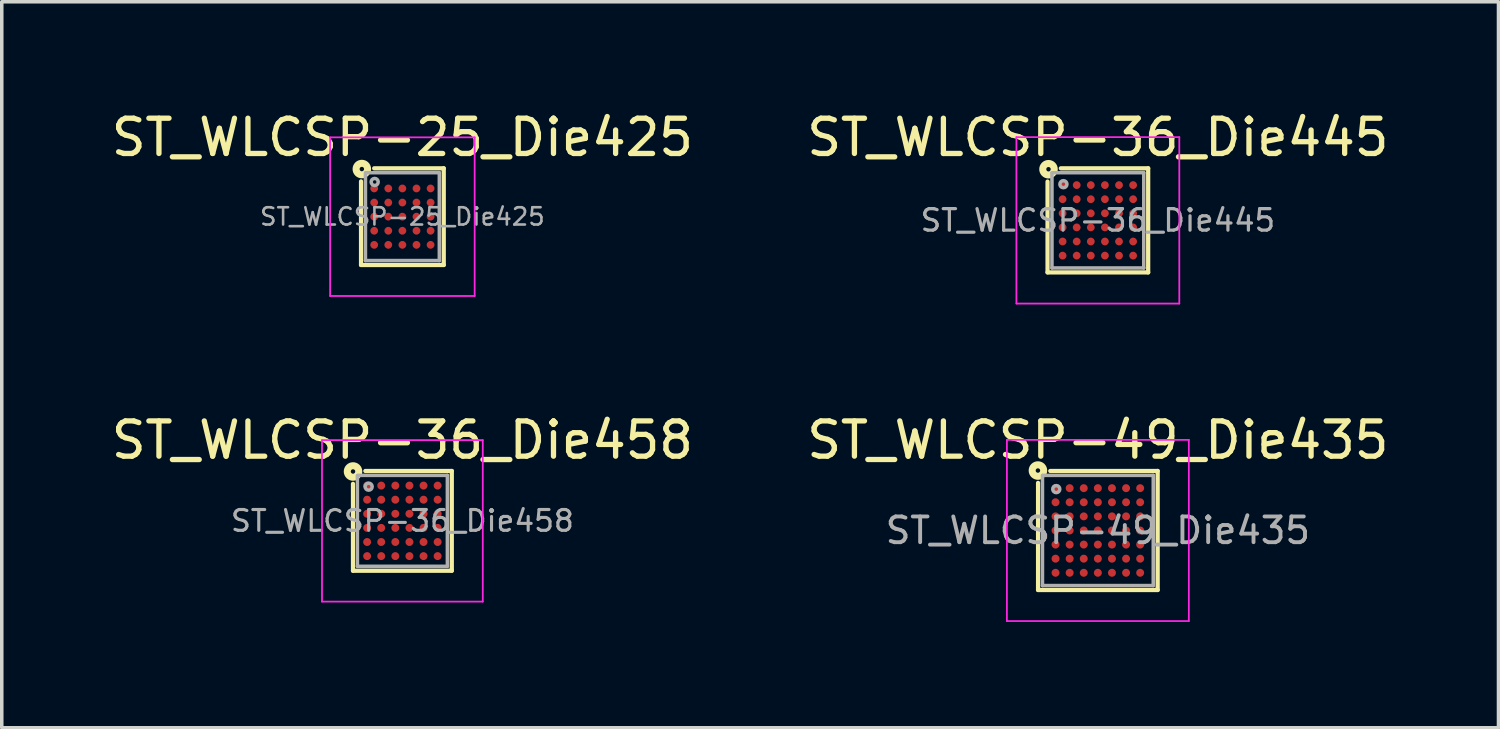
<source format=kicad_pcb>
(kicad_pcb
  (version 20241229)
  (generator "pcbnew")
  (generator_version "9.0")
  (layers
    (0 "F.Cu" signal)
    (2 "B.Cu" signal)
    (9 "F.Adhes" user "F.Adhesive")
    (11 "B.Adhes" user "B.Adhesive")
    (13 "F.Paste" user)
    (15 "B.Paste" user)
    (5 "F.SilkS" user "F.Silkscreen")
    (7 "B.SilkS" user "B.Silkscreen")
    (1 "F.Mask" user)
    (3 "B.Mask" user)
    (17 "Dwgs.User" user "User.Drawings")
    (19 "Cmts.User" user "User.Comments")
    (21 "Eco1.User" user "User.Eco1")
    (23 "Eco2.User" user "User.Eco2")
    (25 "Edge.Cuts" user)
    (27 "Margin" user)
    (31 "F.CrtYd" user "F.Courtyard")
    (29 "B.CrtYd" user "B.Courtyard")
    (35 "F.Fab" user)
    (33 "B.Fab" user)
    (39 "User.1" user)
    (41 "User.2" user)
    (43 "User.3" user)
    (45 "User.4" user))
  (footprint "ST_WLCSP-36_Die445"
    (layer "F.Cu")
    (at 28.089 3.2)
    (property "Reference" "ST_WLCSP-36_Die445" (at 0 -2.352 0) (layer "F.SilkS") (effects (font (size 1 1) (thickness 0.15))))
    (attr smd)
    (fp_line (start -1.427 1.476) (end -1.427 -1.1) (stroke (width 0.12) (type solid)) (layer "F.SilkS"))
    (fp_line (start -1.05 -1.476) (end 1.427 -1.476) (stroke (width 0.12) (type solid)) (layer "F.SilkS"))
    (fp_line (start 1.427 -1.476) (end 1.427 1.476) (stroke (width 0.12) (type solid)) (layer "F.SilkS"))
    (fp_line (start 1.427 1.476) (end -1.427 1.476) (stroke (width 0.12) (type solid)) (layer "F.SilkS"))
    (fp_circle (center -1.4 -1.45) (end -1.337 -1.45) (stroke (width 0.2) (type solid)) (fill no) (layer "F.SilkS"))
    (fp_line (start -2.31 -2.36) (end -2.31 2.36) (stroke (width 0.05) (type solid)) (layer "F.CrtYd"))
    (fp_line (start -2.31 2.36) (end 2.31 2.36) (stroke (width 0.05) (type solid)) (layer "F.CrtYd"))
    (fp_line (start 2.31 -2.36) (end -2.31 -2.36) (stroke (width 0.05) (type solid)) (layer "F.CrtYd"))
    (fp_line (start 2.31 2.36) (end 2.31 -2.36) (stroke (width 0.05) (type solid)) (layer "F.CrtYd"))
    (fp_line (start -1.302 1.351) (end -1.302 -1.34) (stroke (width 0.1) (type solid)) (layer "F.Fab"))
    (fp_line (start -1.3 -1.351) (end 1.302 -1.351) (stroke (width 0.1) (type solid)) (layer "F.Fab"))
    (fp_line (start 1.302 -1.351) (end 1.302 1.351) (stroke (width 0.1) (type solid)) (layer "F.Fab"))
    (fp_line (start 1.302 1.351) (end -1.302 1.351) (stroke (width 0.1) (type solid)) (layer "F.Fab"))
    (fp_circle (center -0.977 -1.026) (end -0.877 -1.026) (stroke (width 0.1) (type solid)) (fill no) (layer "F.Fab"))
    (fp_text user "${REFERENCE}" (at 0 0 0) (layer "F.Fab") (effects (font (size 0.61 0.61) (thickness 0.091))))
    (pad "A1" smd circle (at -1 -1) (size 0.22 0.22) (layers "F.Cu" "F.Mask" "F.Paste"))
    (pad "A2" smd circle (at -0.6 -1) (size 0.22 0.22) (layers "F.Cu" "F.Mask" "F.Paste"))
    (pad "A3" smd circle (at -0.2 -1) (size 0.22 0.22) (layers "F.Cu" "F.Mask" "F.Paste"))
    (pad "A4" smd circle (at 0.2 -1) (size 0.22 0.22) (layers "F.Cu" "F.Mask" "F.Paste"))
    (pad "A5" smd circle (at 0.6 -1) (size 0.22 0.22) (layers "F.Cu" "F.Mask" "F.Paste"))
    (pad "A6" smd circle (at 1 -1) (size 0.22 0.22) (layers "F.Cu" "F.Mask" "F.Paste"))
    (pad "B1" smd circle (at -1 -0.6) (size 0.22 0.22) (layers "F.Cu" "F.Mask" "F.Paste"))
    (pad "B2" smd circle (at -0.6 -0.6) (size 0.22 0.22) (layers "F.Cu" "F.Mask" "F.Paste"))
    (pad "B3" smd circle (at -0.2 -0.6) (size 0.22 0.22) (layers "F.Cu" "F.Mask" "F.Paste"))
    (pad "B4" smd circle (at 0.2 -0.6) (size 0.22 0.22) (layers "F.Cu" "F.Mask" "F.Paste"))
    (pad "B5" smd circle (at 0.6 -0.6) (size 0.22 0.22) (layers "F.Cu" "F.Mask" "F.Paste"))
    (pad "B6" smd circle (at 1 -0.6) (size 0.22 0.22) (layers "F.Cu" "F.Mask" "F.Paste"))
    (pad "C1" smd circle (at -1 -0.2) (size 0.22 0.22) (layers "F.Cu" "F.Mask" "F.Paste"))
    (pad "C2" smd circle (at -0.6 -0.2) (size 0.22 0.22) (layers "F.Cu" "F.Mask" "F.Paste"))
    (pad "C3" smd circle (at -0.2 -0.2) (size 0.22 0.22) (layers "F.Cu" "F.Mask" "F.Paste"))
    (pad "C4" smd circle (at 0.2 -0.2) (size 0.22 0.22) (layers "F.Cu" "F.Mask" "F.Paste"))
    (pad "C5" smd circle (at 0.6 -0.2) (size 0.22 0.22) (layers "F.Cu" "F.Mask" "F.Paste"))
    (pad "C6" smd circle (at 1 -0.2) (size 0.22 0.22) (layers "F.Cu" "F.Mask" "F.Paste"))
    (pad "D1" smd circle (at -1 0.2) (size 0.22 0.22) (layers "F.Cu" "F.Mask" "F.Paste"))
    (pad "D2" smd circle (at -0.6 0.2) (size 0.22 0.22) (layers "F.Cu" "F.Mask" "F.Paste"))
    (pad "D3" smd circle (at -0.2 0.2) (size 0.22 0.22) (layers "F.Cu" "F.Mask" "F.Paste"))
    (pad "D4" smd circle (at 0.2 0.2) (size 0.22 0.22) (layers "F.Cu" "F.Mask" "F.Paste"))
    (pad "D5" smd circle (at 0.6 0.2) (size 0.22 0.22) (layers "F.Cu" "F.Mask" "F.Paste"))
    (pad "D6" smd circle (at 1 0.2) (size 0.22 0.22) (layers "F.Cu" "F.Mask" "F.Paste"))
    (pad "E1" smd circle (at -1 0.6) (size 0.22 0.22) (layers "F.Cu" "F.Mask" "F.Paste"))
    (pad "E2" smd circle (at -0.6 0.6) (size 0.22 0.22) (layers "F.Cu" "F.Mask" "F.Paste"))
    (pad "E3" smd circle (at -0.2 0.6) (size 0.22 0.22) (layers "F.Cu" "F.Mask" "F.Paste"))
    (pad "E4" smd circle (at 0.2 0.6) (size 0.22 0.22) (layers "F.Cu" "F.Mask" "F.Paste"))
    (pad "E5" smd circle (at 0.6 0.6) (size 0.22 0.22) (layers "F.Cu" "F.Mask" "F.Paste"))
    (pad "E6" smd circle (at 1 0.6) (size 0.22 0.22) (layers "F.Cu" "F.Mask" "F.Paste"))
    (pad "F1" smd circle (at -1 1) (size 0.22 0.22) (layers "F.Cu" "F.Mask" "F.Paste"))
    (pad "F2" smd circle (at -0.6 1) (size 0.22 0.22) (layers "F.Cu" "F.Mask" "F.Paste"))
    (pad "F3" smd circle (at -0.2 1) (size 0.22 0.22) (layers "F.Cu" "F.Mask" "F.Paste"))
    (pad "F4" smd circle (at 0.2 1) (size 0.22 0.22) (layers "F.Cu" "F.Mask" "F.Paste"))
    (pad "F5" smd circle (at 0.6 1) (size 0.22 0.22) (layers "F.Cu" "F.Mask" "F.Paste"))
    (pad "F6" smd circle (at 1 1) (size 0.22 0.22) (layers "F.Cu" "F.Mask" "F.Paste")))
  (footprint "ST_WLCSP-49_Die435"
    (layer "F.Cu")
    (at 28.089 11.996)
    (property "Reference" "ST_WLCSP-49_Die435" (at 0 -2.563 0) (layer "F.SilkS") (effects (font (size 1 1) (thickness 0.15))))
    (attr smd)
    (fp_line (start -1.696 1.688) (end -1.696 -1.35) (stroke (width 0.12) (type solid)) (layer "F.SilkS"))
    (fp_line (start -1.35 -1.688) (end 1.696 -1.688) (stroke (width 0.12) (type solid)) (layer "F.SilkS"))
    (fp_line (start 1.696 -1.688) (end 1.696 1.688) (stroke (width 0.12) (type solid)) (layer "F.SilkS"))
    (fp_line (start 1.696 1.688) (end -1.696 1.688) (stroke (width 0.12) (type solid)) (layer "F.SilkS"))
    (fp_circle (center -1.7 -1.7) (end -1.637 -1.7) (stroke (width 0.2) (type solid)) (fill no) (layer "F.SilkS"))
    (fp_line (start -2.58 -2.57) (end -2.58 2.57) (stroke (width 0.05) (type solid)) (layer "F.CrtYd"))
    (fp_line (start -2.58 2.57) (end 2.58 2.57) (stroke (width 0.05) (type solid)) (layer "F.CrtYd"))
    (fp_line (start 2.58 -2.57) (end -2.58 -2.57) (stroke (width 0.05) (type solid)) (layer "F.CrtYd"))
    (fp_line (start 2.58 2.57) (end 2.58 -2.57) (stroke (width 0.05) (type solid)) (layer "F.CrtYd"))
    (fp_line (start -1.571 1.563) (end -1.571 -1.56) (stroke (width 0.1) (type solid)) (layer "F.Fab"))
    (fp_line (start -1.56 -1.563) (end 1.571 -1.563) (stroke (width 0.1) (type solid)) (layer "F.Fab"))
    (fp_line (start 1.571 -1.563) (end 1.571 1.563) (stroke (width 0.1) (type solid)) (layer "F.Fab"))
    (fp_line (start 1.571 1.563) (end -1.571 1.563) (stroke (width 0.1) (type solid)) (layer "F.Fab"))
    (fp_circle (center -1.18 -1.173) (end -1.08 -1.173) (stroke (width 0.1) (type solid)) (fill no) (layer "F.Fab"))
    (fp_text user "${REFERENCE}" (at 0 0 0) (layer "F.Fab") (effects (font (size 0.73 0.73) (thickness 0.11))))
    (pad "A1" smd circle (at -1.2 -1.2) (size 0.225 0.225) (layers "F.Cu" "F.Mask" "F.Paste"))
    (pad "A2" smd circle (at -0.8 -1.2) (size 0.225 0.225) (layers "F.Cu" "F.Mask" "F.Paste"))
    (pad "A3" smd circle (at -0.4 -1.2) (size 0.225 0.225) (layers "F.Cu" "F.Mask" "F.Paste"))
    (pad "A4" smd circle (at 0 -1.2) (size 0.225 0.225) (layers "F.Cu" "F.Mask" "F.Paste"))
    (pad "A5" smd circle (at 0.4 -1.2) (size 0.225 0.225) (layers "F.Cu" "F.Mask" "F.Paste"))
    (pad "A6" smd circle (at 0.8 -1.2) (size 0.225 0.225) (layers "F.Cu" "F.Mask" "F.Paste"))
    (pad "A7" smd circle (at 1.2 -1.2) (size 0.225 0.225) (layers "F.Cu" "F.Mask" "F.Paste"))
    (pad "B1" smd circle (at -1.2 -0.8) (size 0.225 0.225) (layers "F.Cu" "F.Mask" "F.Paste"))
    (pad "B2" smd circle (at -0.8 -0.8) (size 0.225 0.225) (layers "F.Cu" "F.Mask" "F.Paste"))
    (pad "B3" smd circle (at -0.4 -0.8) (size 0.225 0.225) (layers "F.Cu" "F.Mask" "F.Paste"))
    (pad "B4" smd circle (at 0 -0.8) (size 0.225 0.225) (layers "F.Cu" "F.Mask" "F.Paste"))
    (pad "B5" smd circle (at 0.4 -0.8) (size 0.225 0.225) (layers "F.Cu" "F.Mask" "F.Paste"))
    (pad "B6" smd circle (at 0.8 -0.8) (size 0.225 0.225) (layers "F.Cu" "F.Mask" "F.Paste"))
    (pad "B7" smd circle (at 1.2 -0.8) (size 0.225 0.225) (layers "F.Cu" "F.Mask" "F.Paste"))
    (pad "C1" smd circle (at -1.2 -0.4) (size 0.225 0.225) (layers "F.Cu" "F.Mask" "F.Paste"))
    (pad "C2" smd circle (at -0.8 -0.4) (size 0.225 0.225) (layers "F.Cu" "F.Mask" "F.Paste"))
    (pad "C3" smd circle (at -0.4 -0.4) (size 0.225 0.225) (layers "F.Cu" "F.Mask" "F.Paste"))
    (pad "C4" smd circle (at 0 -0.4) (size 0.225 0.225) (layers "F.Cu" "F.Mask" "F.Paste"))
    (pad "C5" smd circle (at 0.4 -0.4) (size 0.225 0.225) (layers "F.Cu" "F.Mask" "F.Paste"))
    (pad "C6" smd circle (at 0.8 -0.4) (size 0.225 0.225) (layers "F.Cu" "F.Mask" "F.Paste"))
    (pad "C7" smd circle (at 1.2 -0.4) (size 0.225 0.225) (layers "F.Cu" "F.Mask" "F.Paste"))
    (pad "D1" smd circle (at -1.2 0) (size 0.225 0.225) (layers "F.Cu" "F.Mask" "F.Paste"))
    (pad "D2" smd circle (at -0.8 0) (size 0.225 0.225) (layers "F.Cu" "F.Mask" "F.Paste"))
    (pad "D3" smd circle (at -0.4 0) (size 0.225 0.225) (layers "F.Cu" "F.Mask" "F.Paste"))
    (pad "D4" smd circle (at 0 0) (size 0.225 0.225) (layers "F.Cu" "F.Mask" "F.Paste"))
    (pad "D5" smd circle (at 0.4 0) (size 0.225 0.225) (layers "F.Cu" "F.Mask" "F.Paste"))
    (pad "D6" smd circle (at 0.8 0) (size 0.225 0.225) (layers "F.Cu" "F.Mask" "F.Paste"))
    (pad "D7" smd circle (at 1.2 0) (size 0.225 0.225) (layers "F.Cu" "F.Mask" "F.Paste"))
    (pad "E1" smd circle (at -1.2 0.4) (size 0.225 0.225) (layers "F.Cu" "F.Mask" "F.Paste"))
    (pad "E2" smd circle (at -0.8 0.4) (size 0.225 0.225) (layers "F.Cu" "F.Mask" "F.Paste"))
    (pad "E3" smd circle (at -0.4 0.4) (size 0.225 0.225) (layers "F.Cu" "F.Mask" "F.Paste"))
    (pad "E4" smd circle (at 0 0.4) (size 0.225 0.225) (layers "F.Cu" "F.Mask" "F.Paste"))
    (pad "E5" smd circle (at 0.4 0.4) (size 0.225 0.225) (layers "F.Cu" "F.Mask" "F.Paste"))
    (pad "E6" smd circle (at 0.8 0.4) (size 0.225 0.225) (layers "F.Cu" "F.Mask" "F.Paste"))
    (pad "E7" smd circle (at 1.2 0.4) (size 0.225 0.225) (layers "F.Cu" "F.Mask" "F.Paste"))
    (pad "F1" smd circle (at -1.2 0.8) (size 0.225 0.225) (layers "F.Cu" "F.Mask" "F.Paste"))
    (pad "F2" smd circle (at -0.8 0.8) (size 0.225 0.225) (layers "F.Cu" "F.Mask" "F.Paste"))
    (pad "F3" smd circle (at -0.4 0.8) (size 0.225 0.225) (layers "F.Cu" "F.Mask" "F.Paste"))
    (pad "F4" smd circle (at 0 0.8) (size 0.225 0.225) (layers "F.Cu" "F.Mask" "F.Paste"))
    (pad "F5" smd circle (at 0.4 0.8) (size 0.225 0.225) (layers "F.Cu" "F.Mask" "F.Paste"))
    (pad "F6" smd circle (at 0.8 0.8) (size 0.225 0.225) (layers "F.Cu" "F.Mask" "F.Paste"))
    (pad "F7" smd circle (at 1.2 0.8) (size 0.225 0.225) (layers "F.Cu" "F.Mask" "F.Paste"))
    (pad "G1" smd circle (at -1.2 1.2) (size 0.225 0.225) (layers "F.Cu" "F.Mask" "F.Paste"))
    (pad "G2" smd circle (at -0.8 1.2) (size 0.225 0.225) (layers "F.Cu" "F.Mask" "F.Paste"))
    (pad "G3" smd circle (at -0.4 1.2) (size 0.225 0.225) (layers "F.Cu" "F.Mask" "F.Paste"))
    (pad "G4" smd circle (at 0 1.2) (size 0.225 0.225) (layers "F.Cu" "F.Mask" "F.Paste"))
    (pad "G5" smd circle (at 0.4 1.2) (size 0.225 0.225) (layers "F.Cu" "F.Mask" "F.Paste"))
    (pad "G6" smd circle (at 0.8 1.2) (size 0.225 0.225) (layers "F.Cu" "F.Mask" "F.Paste"))
    (pad "G7" smd circle (at 1.2 1.2) (size 0.225 0.225) (layers "F.Cu" "F.Mask" "F.Paste")))
  (footprint "ST_WLCSP-25_Die425"
    (layer "F.Cu")
    (at 8.363 3.095)
    (property "Reference" "ST_WLCSP-25_Die425" (at 0 -2.247 0) (layer "F.SilkS") (effects (font (size 1 1) (thickness 0.15))))
    (attr smd)
    (fp_line (start -1.173 1.371) (end -1.173 -1) (stroke (width 0.12) (type solid)) (layer "F.SilkS"))
    (fp_line (start -0.8 -1.371) (end 1.173 -1.371) (stroke (width 0.12) (type solid)) (layer "F.SilkS"))
    (fp_line (start 1.173 -1.371) (end 1.173 1.371) (stroke (width 0.12) (type solid)) (layer "F.SilkS"))
    (fp_line (start 1.173 1.371) (end -1.173 1.371) (stroke (width 0.12) (type solid)) (layer "F.SilkS"))
    (fp_circle (center -1.15 -1.35) (end -1.087 -1.35) (stroke (width 0.2) (type solid)) (fill no) (layer "F.SilkS"))
    (fp_line (start -2.05 -2.25) (end -2.05 2.25) (stroke (width 0.05) (type solid)) (layer "F.CrtYd"))
    (fp_line (start -2.05 2.25) (end 2.05 2.25) (stroke (width 0.05) (type solid)) (layer "F.CrtYd"))
    (fp_line (start 2.05 -2.25) (end -2.05 -2.25) (stroke (width 0.05) (type solid)) (layer "F.CrtYd"))
    (fp_line (start 2.05 2.25) (end 2.05 -2.25) (stroke (width 0.05) (type solid)) (layer "F.CrtYd"))
    (fp_line (start -1.048 1.246) (end -1.048 -1.24) (stroke (width 0.1) (type solid)) (layer "F.Fab"))
    (fp_line (start -1.04 -1.246) (end 1.048 -1.246) (stroke (width 0.1) (type solid)) (layer "F.Fab"))
    (fp_line (start 1.048 -1.246) (end 1.048 1.246) (stroke (width 0.1) (type solid)) (layer "F.Fab"))
    (fp_line (start 1.048 1.246) (end -1.048 1.246) (stroke (width 0.1) (type solid)) (layer "F.Fab"))
    (fp_circle (center -0.786 -0.984) (end -0.686 -0.984) (stroke (width 0.1) (type solid)) (fill no) (layer "F.Fab"))
    (fp_text user "${REFERENCE}" (at 0 0 0) (layer "F.Fab") (effects (font (size 0.49 0.49) (thickness 0.073))))
    (pad "A1" smd circle (at -0.8 -0.8) (size 0.22 0.22) (layers "F.Cu" "F.Mask" "F.Paste"))
    (pad "A2" smd circle (at -0.4 -0.8) (size 0.22 0.22) (layers "F.Cu" "F.Mask" "F.Paste"))
    (pad "A3" smd circle (at 0 -0.8) (size 0.22 0.22) (layers "F.Cu" "F.Mask" "F.Paste"))
    (pad "A4" smd circle (at 0.4 -0.8) (size 0.22 0.22) (layers "F.Cu" "F.Mask" "F.Paste"))
    (pad "A5" smd circle (at 0.8 -0.8) (size 0.22 0.22) (layers "F.Cu" "F.Mask" "F.Paste"))
    (pad "B1" smd circle (at -0.8 -0.4) (size 0.22 0.22) (layers "F.Cu" "F.Mask" "F.Paste"))
    (pad "B2" smd circle (at -0.4 -0.4) (size 0.22 0.22) (layers "F.Cu" "F.Mask" "F.Paste"))
    (pad "B3" smd circle (at 0 -0.4) (size 0.22 0.22) (layers "F.Cu" "F.Mask" "F.Paste"))
    (pad "B4" smd circle (at 0.4 -0.4) (size 0.22 0.22) (layers "F.Cu" "F.Mask" "F.Paste"))
    (pad "B5" smd circle (at 0.8 -0.4) (size 0.22 0.22) (layers "F.Cu" "F.Mask" "F.Paste"))
    (pad "C1" smd circle (at -0.8 0) (size 0.22 0.22) (layers "F.Cu" "F.Mask" "F.Paste"))
    (pad "C2" smd circle (at -0.4 0) (size 0.22 0.22) (layers "F.Cu" "F.Mask" "F.Paste"))
    (pad "C3" smd circle (at 0 0) (size 0.22 0.22) (layers "F.Cu" "F.Mask" "F.Paste"))
    (pad "C4" smd circle (at 0.4 0) (size 0.22 0.22) (layers "F.Cu" "F.Mask" "F.Paste"))
    (pad "C5" smd circle (at 0.8 0) (size 0.22 0.22) (layers "F.Cu" "F.Mask" "F.Paste"))
    (pad "D1" smd circle (at -0.8 0.4) (size 0.22 0.22) (layers "F.Cu" "F.Mask" "F.Paste"))
    (pad "D2" smd circle (at -0.4 0.4) (size 0.22 0.22) (layers "F.Cu" "F.Mask" "F.Paste"))
    (pad "D3" smd circle (at 0 0.4) (size 0.22 0.22) (layers "F.Cu" "F.Mask" "F.Paste"))
    (pad "D4" smd circle (at 0.4 0.4) (size 0.22 0.22) (layers "F.Cu" "F.Mask" "F.Paste"))
    (pad "D5" smd circle (at 0.8 0.4) (size 0.22 0.22) (layers "F.Cu" "F.Mask" "F.Paste"))
    (pad "E1" smd circle (at -0.8 0.8) (size 0.22 0.22) (layers "F.Cu" "F.Mask" "F.Paste"))
    (pad "E2" smd circle (at -0.4 0.8) (size 0.22 0.22) (layers "F.Cu" "F.Mask" "F.Paste"))
    (pad "E3" smd circle (at 0 0.8) (size 0.22 0.22) (layers "F.Cu" "F.Mask" "F.Paste"))
    (pad "E4" smd circle (at 0.4 0.8) (size 0.22 0.22) (layers "F.Cu" "F.Mask" "F.Paste"))
    (pad "E5" smd circle (at 0.8 0.8) (size 0.22 0.22) (layers "F.Cu" "F.Mask" "F.Paste")))
  (footprint "ST_WLCSP-36_Die458"
    (layer "F.Cu")
    (at 8.363 11.723)
    (property "Reference" "ST_WLCSP-36_Die458" (at 0 -2.289 0) (layer "F.SilkS") (effects (font (size 1 1) (thickness 0.15))))
    (attr smd)
    (fp_line (start -1.401 1.415) (end -1.401 -1.05) (stroke (width 0.12) (type solid)) (layer "F.SilkS"))
    (fp_line (start -1.05 -1.415) (end 1.401 -1.415) (stroke (width 0.12) (type solid)) (layer "F.SilkS"))
    (fp_line (start 1.401 -1.415) (end 1.401 1.415) (stroke (width 0.12) (type solid)) (layer "F.SilkS"))
    (fp_line (start 1.401 1.415) (end -1.401 1.415) (stroke (width 0.12) (type solid)) (layer "F.SilkS"))
    (fp_circle (center -1.4 -1.4) (end -1.337 -1.4) (stroke (width 0.2) (type solid)) (fill no) (layer "F.SilkS"))
    (fp_line (start -2.28 -2.29) (end -2.28 2.29) (stroke (width 0.05) (type solid)) (layer "F.CrtYd"))
    (fp_line (start -2.28 2.29) (end 2.28 2.29) (stroke (width 0.05) (type solid)) (layer "F.CrtYd"))
    (fp_line (start 2.28 -2.29) (end -2.28 -2.29) (stroke (width 0.05) (type solid)) (layer "F.CrtYd"))
    (fp_line (start 2.28 2.29) (end 2.28 -2.29) (stroke (width 0.05) (type solid)) (layer "F.CrtYd"))
    (fp_line (start -1.276 1.29) (end -1.276 -1.28) (stroke (width 0.1) (type solid)) (layer "F.Fab"))
    (fp_line (start -1.27 -1.29) (end 1.276 -1.29) (stroke (width 0.1) (type solid)) (layer "F.Fab"))
    (fp_line (start 1.276 -1.29) (end 1.276 1.29) (stroke (width 0.1) (type solid)) (layer "F.Fab"))
    (fp_line (start 1.276 1.29) (end -1.276 1.29) (stroke (width 0.1) (type solid)) (layer "F.Fab"))
    (fp_circle (center -0.957 -0.97) (end -0.857 -0.97) (stroke (width 0.1) (type solid)) (fill no) (layer "F.Fab"))
    (fp_text user "${REFERENCE}" (at 0 0 0) (layer "F.Fab") (effects (font (size 0.59 0.59) (thickness 0.088))))
    (pad "A1" smd circle (at -1 -1) (size 0.225 0.225) (layers "F.Cu" "F.Mask" "F.Paste"))
    (pad "A2" smd circle (at -0.6 -1) (size 0.225 0.225) (layers "F.Cu" "F.Mask" "F.Paste"))
    (pad "A3" smd circle (at -0.2 -1) (size 0.225 0.225) (layers "F.Cu" "F.Mask" "F.Paste"))
    (pad "A4" smd circle (at 0.2 -1) (size 0.225 0.225) (layers "F.Cu" "F.Mask" "F.Paste"))
    (pad "A5" smd circle (at 0.6 -1) (size 0.225 0.225) (layers "F.Cu" "F.Mask" "F.Paste"))
    (pad "A6" smd circle (at 1 -1) (size 0.225 0.225) (layers "F.Cu" "F.Mask" "F.Paste"))
    (pad "B1" smd circle (at -1 -0.6) (size 0.225 0.225) (layers "F.Cu" "F.Mask" "F.Paste"))
    (pad "B2" smd circle (at -0.6 -0.6) (size 0.225 0.225) (layers "F.Cu" "F.Mask" "F.Paste"))
    (pad "B3" smd circle (at -0.2 -0.6) (size 0.225 0.225) (layers "F.Cu" "F.Mask" "F.Paste"))
    (pad "B4" smd circle (at 0.2 -0.6) (size 0.225 0.225) (layers "F.Cu" "F.Mask" "F.Paste"))
    (pad "B5" smd circle (at 0.6 -0.6) (size 0.225 0.225) (layers "F.Cu" "F.Mask" "F.Paste"))
    (pad "B6" smd circle (at 1 -0.6) (size 0.225 0.225) (layers "F.Cu" "F.Mask" "F.Paste"))
    (pad "C1" smd circle (at -1 -0.2) (size 0.225 0.225) (layers "F.Cu" "F.Mask" "F.Paste"))
    (pad "C2" smd circle (at -0.6 -0.2) (size 0.225 0.225) (layers "F.Cu" "F.Mask" "F.Paste"))
    (pad "C3" smd circle (at -0.2 -0.2) (size 0.225 0.225) (layers "F.Cu" "F.Mask" "F.Paste"))
    (pad "C4" smd circle (at 0.2 -0.2) (size 0.225 0.225) (layers "F.Cu" "F.Mask" "F.Paste"))
    (pad "C5" smd circle (at 0.6 -0.2) (size 0.225 0.225) (layers "F.Cu" "F.Mask" "F.Paste"))
    (pad "C6" smd circle (at 1 -0.2) (size 0.225 0.225) (layers "F.Cu" "F.Mask" "F.Paste"))
    (pad "D1" smd circle (at -1 0.2) (size 0.225 0.225) (layers "F.Cu" "F.Mask" "F.Paste"))
    (pad "D2" smd circle (at -0.6 0.2) (size 0.225 0.225) (layers "F.Cu" "F.Mask" "F.Paste"))
    (pad "D3" smd circle (at -0.2 0.2) (size 0.225 0.225) (layers "F.Cu" "F.Mask" "F.Paste"))
    (pad "D4" smd circle (at 0.2 0.2) (size 0.225 0.225) (layers "F.Cu" "F.Mask" "F.Paste"))
    (pad "D5" smd circle (at 0.6 0.2) (size 0.225 0.225) (layers "F.Cu" "F.Mask" "F.Paste"))
    (pad "D6" smd circle (at 1 0.2) (size 0.225 0.225) (layers "F.Cu" "F.Mask" "F.Paste"))
    (pad "E1" smd circle (at -1 0.6) (size 0.225 0.225) (layers "F.Cu" "F.Mask" "F.Paste"))
    (pad "E2" smd circle (at -0.6 0.6) (size 0.225 0.225) (layers "F.Cu" "F.Mask" "F.Paste"))
    (pad "E3" smd circle (at -0.2 0.6) (size 0.225 0.225) (layers "F.Cu" "F.Mask" "F.Paste"))
    (pad "E4" smd circle (at 0.2 0.6) (size 0.225 0.225) (layers "F.Cu" "F.Mask" "F.Paste"))
    (pad "E5" smd circle (at 0.6 0.6) (size 0.225 0.225) (layers "F.Cu" "F.Mask" "F.Paste"))
    (pad "E6" smd circle (at 1 0.6) (size 0.225 0.225) (layers "F.Cu" "F.Mask" "F.Paste"))
    (pad "F1" smd circle (at -1 1) (size 0.225 0.225) (layers "F.Cu" "F.Mask" "F.Paste"))
    (pad "F2" smd circle (at -0.6 1) (size 0.225 0.225) (layers "F.Cu" "F.Mask" "F.Paste"))
    (pad "F3" smd circle (at -0.2 1) (size 0.225 0.225) (layers "F.Cu" "F.Mask" "F.Paste"))
    (pad "F4" smd circle (at 0.2 1) (size 0.225 0.225) (layers "F.Cu" "F.Mask" "F.Paste"))
    (pad "F5" smd circle (at 0.6 1) (size 0.225 0.225) (layers "F.Cu" "F.Mask" "F.Paste"))
    (pad "F6" smd circle (at 1 1) (size 0.225 0.225) (layers "F.Cu" "F.Mask" "F.Paste")))
  (gr_rect
    (start -3 -3)
    (end 39.452 17.591)
    (stroke (width 0.1) (type default))
    (fill no)
    (layer "Edge.Cuts")))
</source>
